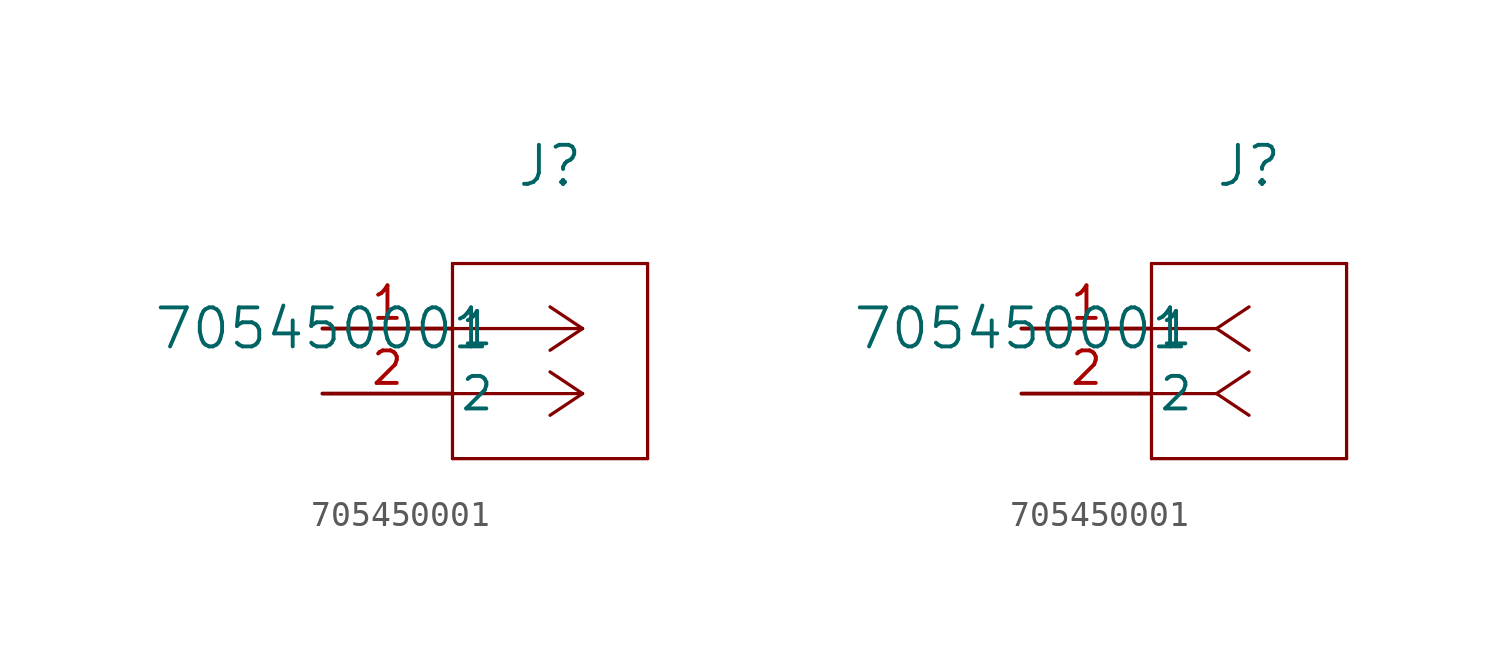
<source format=kicad_sym>
(kicad_symbol_lib
  (version 20211014)
  (generator kicad_symbol_editor)
  (symbol "705450001"
    (pin_names
      (offset 0.254))
    (property "Reference" "J"
      (at 8.89 6.35 0)
      (effects (font (size 1.524 1.524))))
    (property "Value" "705450001"
      (at 0 0 0)
      (effects (font (size 1.524 1.524))))
    (symbol "705450001_1_1"
      (polyline (pts (xy 10.16 0) (xy 5.08 0)) (stroke (width 0.127) (type default) (color 0 0 0 0)) (fill (type none)))
      (polyline (pts (xy 10.16 -2.54) (xy 5.08 -2.54)) (stroke (width 0.127) (type default) (color 0 0 0 0)) (fill (type none)))
      (polyline (pts (xy 10.16 0) (xy 8.89 0.847)) (stroke (width 0.127) (type default) (color 0 0 0 0)) (fill (type none)))
      (polyline (pts (xy 10.16 -2.54) (xy 8.89 -1.693)) (stroke (width 0.127) (type default) (color 0 0 0 0)) (fill (type none)))
      (polyline (pts (xy 10.16 0) (xy 8.89 -0.847)) (stroke (width 0.127) (type default) (color 0 0 0 0)) (fill (type none)))
      (polyline (pts (xy 10.16 -2.54) (xy 8.89 -3.387)) (stroke (width 0.127) (type default) (color 0 0 0 0)) (fill (type none)))
      (polyline (pts (xy 5.08 2.54) (xy 5.08 -5.08)) (stroke (width 0.127) (type default) (color 0 0 0 0)) (fill (type none)))
      (polyline (pts (xy 5.08 -5.08) (xy 12.7 -5.08)) (stroke (width 0.127) (type default) (color 0 0 0 0)) (fill (type none)))
      (polyline (pts (xy 12.7 -5.08) (xy 12.7 2.54)) (stroke (width 0.127) (type default) (color 0 0 0 0)) (fill (type none)))
      (polyline (pts (xy 12.7 2.54) (xy 5.08 2.54)) (stroke (width 0.127) (type default) (color 0 0 0 0)) (fill (type none)))
      (pin unspecified line (at 0 0 0) (length 5.08) (name "1" (effects (font (size 1.27 1.27)))) (number "1" (effects (font (size 1.27 1.27)))))
      (pin unspecified line (at 0 -2.54 0) (length 5.08) (name "2" (effects (font (size 1.27 1.27)))) (number "2" (effects (font (size 1.27 1.27))))))
    (symbol "705450001_1_2"
      (polyline (pts (xy 7.62 0) (xy 5.08 0)) (stroke (width 0.127) (type default) (color 0 0 0 0)) (fill (type none)))
      (polyline (pts (xy 7.62 -2.54) (xy 5.08 -2.54)) (stroke (width 0.127) (type default) (color 0 0 0 0)) (fill (type none)))
      (polyline (pts (xy 7.62 0) (xy 8.89 0.847)) (stroke (width 0.127) (type default) (color 0 0 0 0)) (fill (type none)))
      (polyline (pts (xy 7.62 -2.54) (xy 8.89 -1.693)) (stroke (width 0.127) (type default) (color 0 0 0 0)) (fill (type none)))
      (polyline (pts (xy 7.62 0) (xy 8.89 -0.847)) (stroke (width 0.127) (type default) (color 0 0 0 0)) (fill (type none)))
      (polyline (pts (xy 7.62 -2.54) (xy 8.89 -3.387)) (stroke (width 0.127) (type default) (color 0 0 0 0)) (fill (type none)))
      (polyline (pts (xy 5.08 2.54) (xy 5.08 -5.08)) (stroke (width 0.127) (type default) (color 0 0 0 0)) (fill (type none)))
      (polyline (pts (xy 5.08 -5.08) (xy 12.7 -5.08)) (stroke (width 0.127) (type default) (color 0 0 0 0)) (fill (type none)))
      (polyline (pts (xy 12.7 -5.08) (xy 12.7 2.54)) (stroke (width 0.127) (type default) (color 0 0 0 0)) (fill (type none)))
      (polyline (pts (xy 12.7 2.54) (xy 5.08 2.54)) (stroke (width 0.127) (type default) (color 0 0 0 0)) (fill (type none)))
      (pin unspecified line (at 0 0 0) (length 5.08) (name "1" (effects (font (size 1.27 1.27)))) (number "1" (effects (font (size 1.27 1.27)))))
      (pin unspecified line (at 0 -2.54 0) (length 5.08) (name "2" (effects (font (size 1.27 1.27)))) (number "2" (effects (font (size 1.27 1.27))))))))
</source>
